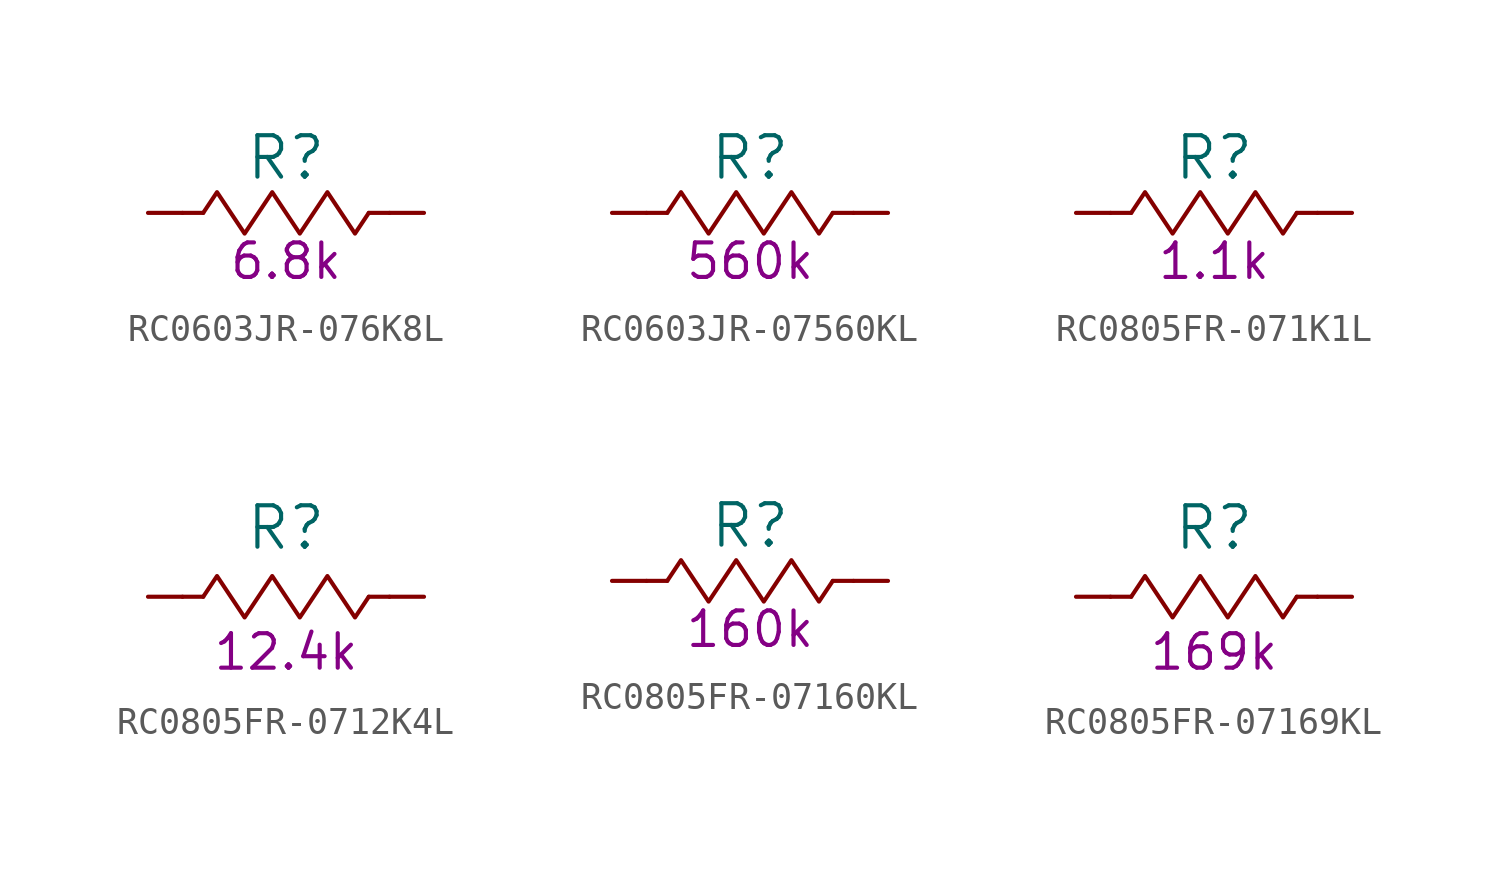
<source format=kicad_sym>
(kicad_symbol_lib
  (version 20231120)
  (generator "kicad_symbol_editor")
  (generator_version "8.0")
  (symbol "RC0603JR-076K8L"
    (pin_numbers hide)
    (pin_names
      (offset 0) hide)
    (property "Reference" "R"
      (at 0 2.032 0)
      (effects (font (size 1.524 1.524))))
    (property "Resistance (Ohms)" "6.8k"
      (at 0 -1.778 0)
      (effects (font (size 1.27 1.27))))
    (symbol "RC0603JR-076K8L_0_1"
      (rectangle (start -3.048 0) (end -3.81 0) (stroke (width 0) (type default)) (fill (type none)))
      (polyline (pts (xy -3.048 0) (xy -2.54 0.762) (xy -2.032 0) (xy -1.524 -0.762) (xy -1.016 0) (xy -0.508 0.762) (xy 0 0) (xy 0.508 -0.762) (xy 1.016 0) (xy 1.524 0.762) (xy 2.032 0) (xy 2.54 -0.762) (xy 3.048 0)) (stroke (width 0) (type default)) (fill (type none)))
      (rectangle (start 3.81 0) (end 3.048 0) (stroke (width 0) (type default)) (fill (type none))))
    (symbol "RC0603JR-076K8L_1_1"
      (pin passive line (at -5.08 0 0) (length 1.27) (name "1" (effects (font (size 1.27 1.27)))) (number "1" (effects (font (size 1.27 1.27)))))
      (pin passive line (at 5.08 0 180) (length 1.27) (name "2" (effects (font (size 1.27 1.27)))) (number "2" (effects (font (size 1.27 1.27)))))))
  (symbol "RC0603JR-07560KL"
    (pin_numbers hide)
    (pin_names
      (offset 0) hide)
    (property "Reference" "R"
      (at 0 2.032 0)
      (effects (font (size 1.524 1.524))))
    (property "Resistance (Ohms)" "560k"
      (at 0 -1.778 0)
      (effects (font (size 1.27 1.27))))
    (symbol "RC0603JR-07560KL_0_1"
      (rectangle (start -3.048 0) (end -3.81 0) (stroke (width 0) (type default)) (fill (type none)))
      (polyline (pts (xy -3.048 0) (xy -2.54 0.762) (xy -2.032 0) (xy -1.524 -0.762) (xy -1.016 0) (xy -0.508 0.762) (xy 0 0) (xy 0.508 -0.762) (xy 1.016 0) (xy 1.524 0.762) (xy 2.032 0) (xy 2.54 -0.762) (xy 3.048 0)) (stroke (width 0) (type default)) (fill (type none)))
      (rectangle (start 3.81 0) (end 3.048 0) (stroke (width 0) (type default)) (fill (type none))))
    (symbol "RC0603JR-07560KL_1_1"
      (pin passive line (at -5.08 0 0) (length 1.27) (name "1" (effects (font (size 1.27 1.27)))) (number "1" (effects (font (size 1.27 1.27)))))
      (pin passive line (at 5.08 0 180) (length 1.27) (name "2" (effects (font (size 1.27 1.27)))) (number "2" (effects (font (size 1.27 1.27)))))))
  (symbol "RC0805FR-071K1L"
    (pin_numbers hide)
    (pin_names
      (offset 0) hide)
    (property "Reference" "R"
      (at 0 2.032 0)
      (effects (font (size 1.524 1.524))))
    (property "Resistance (Ohms)" "1.1k"
      (at 0 -1.778 0)
      (effects (font (size 1.27 1.27))))
    (symbol "RC0805FR-071K1L_0_1"
      (rectangle (start -3.048 0) (end -3.81 0) (stroke (width 0) (type default)) (fill (type none)))
      (polyline (pts (xy -3.048 0) (xy -2.54 0.762) (xy -2.032 0) (xy -1.524 -0.762) (xy -1.016 0) (xy -0.508 0.762) (xy 0 0) (xy 0.508 -0.762) (xy 1.016 0) (xy 1.524 0.762) (xy 2.032 0) (xy 2.54 -0.762) (xy 3.048 0)) (stroke (width 0) (type default)) (fill (type none)))
      (rectangle (start 3.81 0) (end 3.048 0) (stroke (width 0) (type default)) (fill (type none))))
    (symbol "RC0805FR-071K1L_1_1"
      (pin passive line (at -5.08 0 0) (length 1.27) (name "1" (effects (font (size 1.27 1.27)))) (number "1" (effects (font (size 1.27 1.27)))))
      (pin passive line (at 5.08 0 180) (length 1.27) (name "2" (effects (font (size 1.27 1.27)))) (number "2" (effects (font (size 1.27 1.27)))))))
  (symbol "RC0805FR-0712K4L"
    (pin_numbers hide)
    (pin_names
      (offset 0) hide)
    (property "Reference" "R"
      (at 0 2.54 0)
      (effects (font (size 1.524 1.524))))
    (property "Resistance (Ohms)" "12.4k"
      (at 0 -2.032 0)
      (effects (font (size 1.27 1.27))))
    (symbol "RC0805FR-0712K4L_0_1"
      (rectangle (start -3.81 0) (end -3.048 0) (stroke (width 0) (type default)) (fill (type none)))
      (rectangle (start 3.81 0) (end 3.048 0) (stroke (width 0) (type default)) (fill (type none))))
    (symbol "RC0805FR-0712K4L_1_1"
      (polyline (pts (xy -3.048 0) (xy -2.54 0.762) (xy -2.032 0) (xy -1.524 -0.762) (xy -1.016 0) (xy -0.508 0.762) (xy 0 0) (xy 0.508 -0.762) (xy 1.016 0) (xy 1.524 0.762) (xy 2.032 0) (xy 2.54 -0.762) (xy 3.048 0)) (stroke (width 0) (type default)) (fill (type none)))
      (pin passive line (at -5.08 0 0) (length 1.27) (name "1" (effects (font (size 1.27 1.27)))) (number "1" (effects (font (size 1.27 1.27)))))
      (pin passive line (at 5.08 0 180) (length 1.27) (name "2" (effects (font (size 1.27 1.27)))) (number "2" (effects (font (size 1.27 1.27)))))))
  (symbol "RC0805FR-07160KL"
    (pin_numbers hide)
    (pin_names
      (offset 0) hide)
    (property "Reference" "R"
      (at 0 2.032 0)
      (effects (font (size 1.524 1.524))))
    (property "Resistance (Ohms)" "160k"
      (at 0 -1.778 0)
      (effects (font (size 1.27 1.27))))
    (property "Sim.Params" "r=160k"
      (at 0 0 0)
      (effects (font (size 1.27 1.27)) (hide yes)))
    (symbol "RC0805FR-07160KL_0_1"
      (rectangle (start -3.048 0) (end -3.81 0) (stroke (width 0) (type default)) (fill (type none)))
      (polyline (pts (xy -3.048 0) (xy -2.54 0.762) (xy -2.032 0) (xy -1.524 -0.762) (xy -1.016 0) (xy -0.508 0.762) (xy 0 0) (xy 0.508 -0.762) (xy 1.016 0) (xy 1.524 0.762) (xy 2.032 0) (xy 2.54 -0.762) (xy 3.048 0)) (stroke (width 0) (type default)) (fill (type none)))
      (rectangle (start 3.81 0) (end 3.048 0) (stroke (width 0) (type default)) (fill (type none))))
    (symbol "RC0805FR-07160KL_1_1"
      (pin passive line (at -5.08 0 0) (length 1.27) (name "1" (effects (font (size 1.27 1.27)))) (number "1" (effects (font (size 1.27 1.27)))))
      (pin passive line (at 5.08 0 180) (length 1.27) (name "2" (effects (font (size 1.27 1.27)))) (number "2" (effects (font (size 1.27 1.27)))))))
  (symbol "RC0805FR-07169KL"
    (pin_numbers hide)
    (pin_names
      (offset 0) hide)
    (property "Reference" "R"
      (at 0 2.54 0)
      (effects (font (size 1.524 1.524))))
    (property "Resistance (Ohms)" "169k"
      (at 0 -2.032 0)
      (effects (font (size 1.27 1.27))))
    (symbol "RC0805FR-07169KL_0_1"
      (rectangle (start -3.81 0) (end -3.048 0) (stroke (width 0) (type default)) (fill (type none)))
      (rectangle (start 3.81 0) (end 3.048 0) (stroke (width 0) (type default)) (fill (type none))))
    (symbol "RC0805FR-07169KL_1_1"
      (polyline (pts (xy -3.048 0) (xy -2.54 0.762) (xy -2.032 0) (xy -1.524 -0.762) (xy -1.016 0) (xy -0.508 0.762) (xy 0 0) (xy 0.508 -0.762) (xy 1.016 0) (xy 1.524 0.762) (xy 2.032 0) (xy 2.54 -0.762) (xy 3.048 0)) (stroke (width 0) (type default)) (fill (type none)))
      (pin passive line (at -5.08 0 0) (length 1.27) (name "1" (effects (font (size 1.27 1.27)))) (number "1" (effects (font (size 1.27 1.27)))))
      (pin passive line (at 5.08 0 180) (length 1.27) (name "2" (effects (font (size 1.27 1.27)))) (number "2" (effects (font (size 1.27 1.27))))))))
</source>
